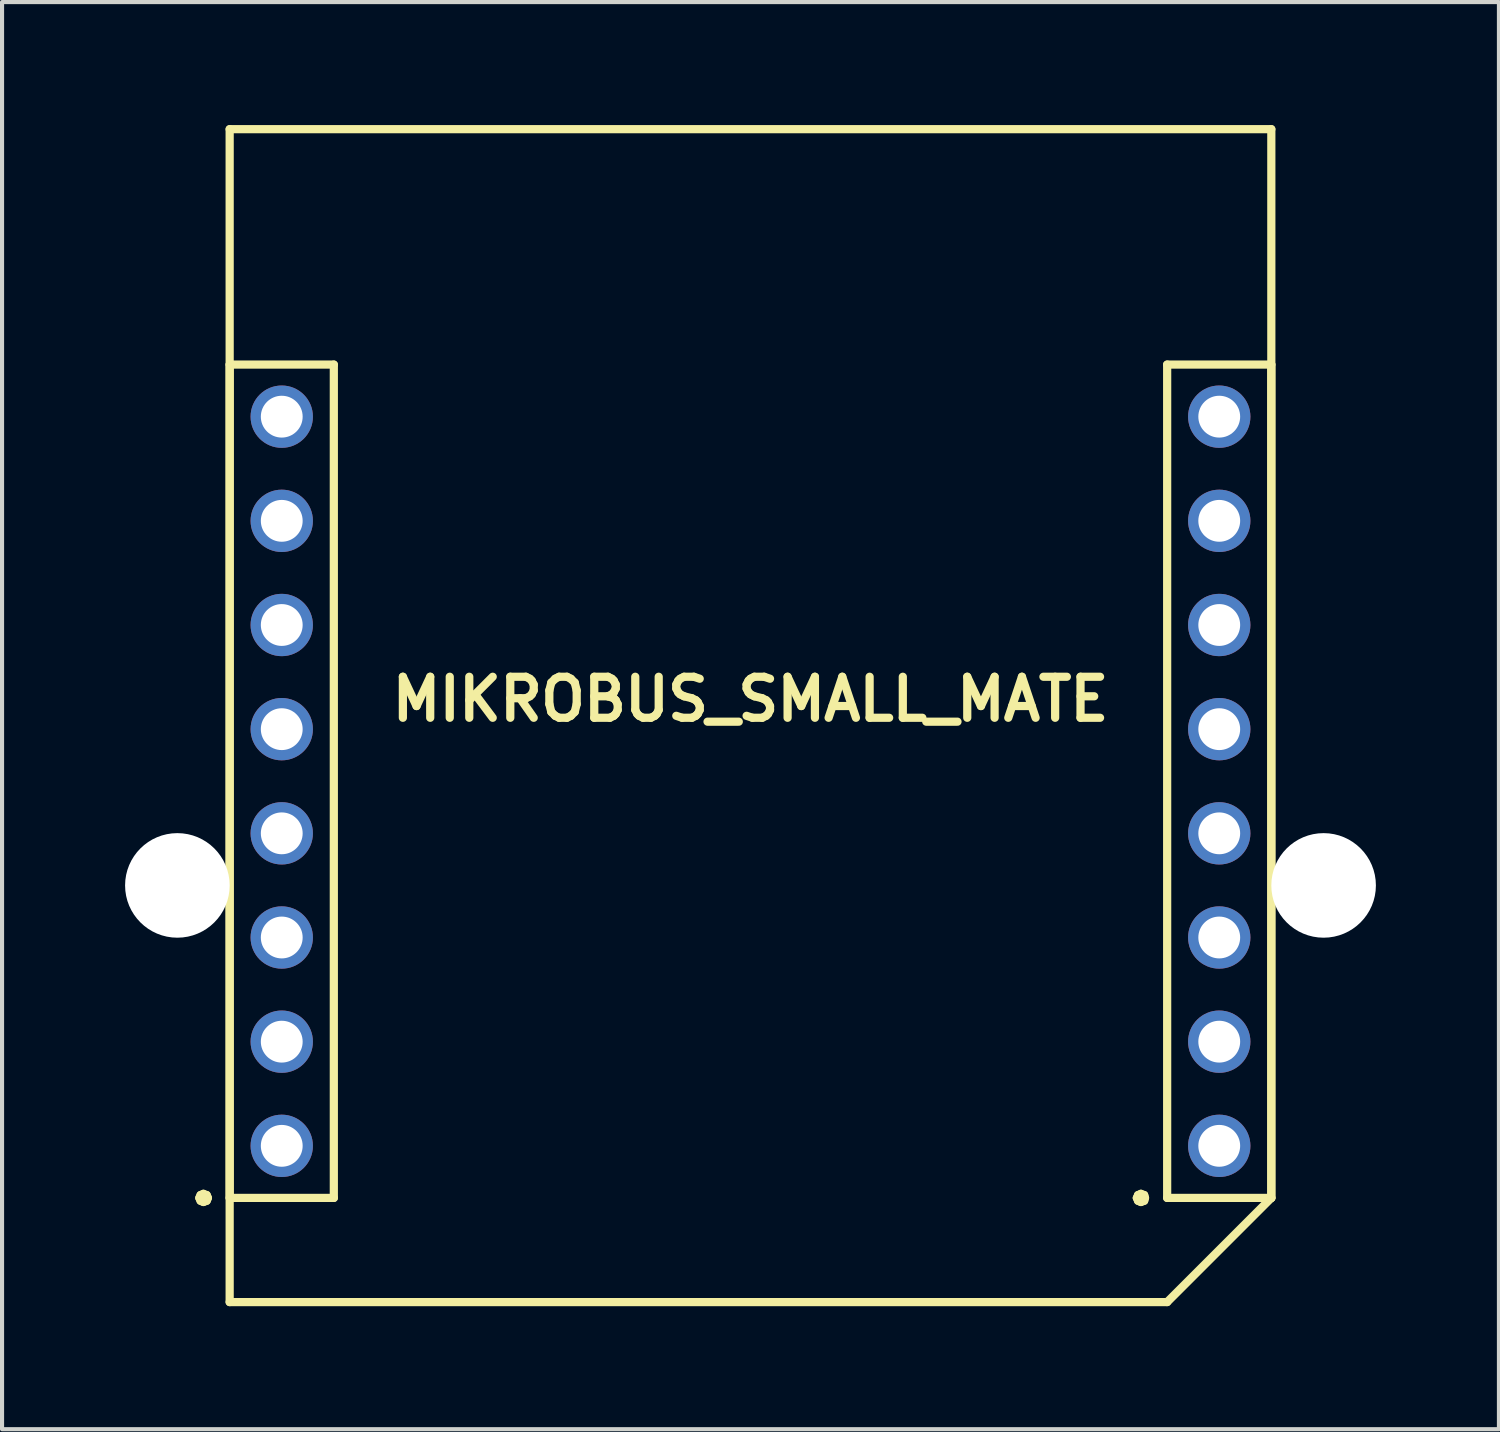
<source format=kicad_pcb>
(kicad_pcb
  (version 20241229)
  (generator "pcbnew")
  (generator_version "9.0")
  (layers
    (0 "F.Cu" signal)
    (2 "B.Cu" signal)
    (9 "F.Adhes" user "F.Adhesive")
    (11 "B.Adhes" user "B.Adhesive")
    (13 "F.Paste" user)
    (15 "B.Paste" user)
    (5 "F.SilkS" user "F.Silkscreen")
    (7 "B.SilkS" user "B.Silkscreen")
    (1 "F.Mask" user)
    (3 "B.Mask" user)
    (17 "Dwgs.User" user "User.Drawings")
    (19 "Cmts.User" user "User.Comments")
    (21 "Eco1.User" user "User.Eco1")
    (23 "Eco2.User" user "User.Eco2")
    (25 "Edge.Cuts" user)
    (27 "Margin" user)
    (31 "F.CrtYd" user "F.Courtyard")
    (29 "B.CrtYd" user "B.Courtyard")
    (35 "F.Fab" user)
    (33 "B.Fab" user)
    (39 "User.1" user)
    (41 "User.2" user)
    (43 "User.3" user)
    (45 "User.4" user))
  (footprint "MIKROBUS_SMALL_MATE"
    (layer "F.Cu")
    (at 15.25 16)
    (property "Reference" "MIKROBUS_SMALL_MATE" (at 0 -2 0) (layer "F.SilkS") (effects (font (size 1 1) (thickness 0.2))))
    (attr through_hole)
    (fp_line (start -13.44 10.16) (end -13.41 10.23) (stroke (width 0.2) (type solid)) (layer "F.SilkS"))
    (fp_line (start -13.41 10.09) (end -13.44 10.16) (stroke (width 0.2) (type solid)) (layer "F.SilkS"))
    (fp_line (start -13.41 10.23) (end -13.34 10.26) (stroke (width 0.2) (type solid)) (layer "F.SilkS"))
    (fp_line (start -13.34 10.06) (end -13.41 10.09) (stroke (width 0.2) (type solid)) (layer "F.SilkS"))
    (fp_line (start -13.34 10.26) (end -13.26 10.23) (stroke (width 0.2) (type solid)) (layer "F.SilkS"))
    (fp_line (start -13.26 10.09) (end -13.34 10.06) (stroke (width 0.2) (type solid)) (layer "F.SilkS"))
    (fp_line (start -13.26 10.23) (end -13.23 10.16) (stroke (width 0.2) (type solid)) (layer "F.SilkS"))
    (fp_line (start -13.23 10.16) (end -13.26 10.09) (stroke (width 0.2) (type solid)) (layer "F.SilkS"))
    (fp_line (start -12.7 -15.9) (end -12.7 12.7) (stroke (width 0.2) (type solid)) (layer "F.SilkS"))
    (fp_line (start -12.7 -10.16) (end -12.7 10.16) (stroke (width 0.2) (type solid)) (layer "F.SilkS"))
    (fp_line (start -12.7 10.16) (end -10.16 10.16) (stroke (width 0.2) (type solid)) (layer "F.SilkS"))
    (fp_line (start -12.7 12.7) (end 10.16 12.7) (stroke (width 0.2) (type solid)) (layer "F.SilkS"))
    (fp_line (start -10.16 -10.16) (end -12.7 -10.16) (stroke (width 0.2) (type solid)) (layer "F.SilkS"))
    (fp_line (start -10.16 10.16) (end -10.16 -10.16) (stroke (width 0.2) (type solid)) (layer "F.SilkS"))
    (fp_line (start 9.42 10.16) (end 9.45 10.23) (stroke (width 0.2) (type solid)) (layer "F.SilkS"))
    (fp_line (start 9.45 10.09) (end 9.42 10.16) (stroke (width 0.2) (type solid)) (layer "F.SilkS"))
    (fp_line (start 9.45 10.23) (end 9.52 10.26) (stroke (width 0.2) (type solid)) (layer "F.SilkS"))
    (fp_line (start 9.52 10.06) (end 9.45 10.09) (stroke (width 0.2) (type solid)) (layer "F.SilkS"))
    (fp_line (start 9.52 10.26) (end 9.6 10.23) (stroke (width 0.2) (type solid)) (layer "F.SilkS"))
    (fp_line (start 9.6 10.09) (end 9.52 10.06) (stroke (width 0.2) (type solid)) (layer "F.SilkS"))
    (fp_line (start 9.6 10.23) (end 9.62 10.16) (stroke (width 0.2) (type solid)) (layer "F.SilkS"))
    (fp_line (start 9.62 10.16) (end 9.6 10.09) (stroke (width 0.2) (type solid)) (layer "F.SilkS"))
    (fp_line (start 10.16 -10.16) (end 10.16 10.16) (stroke (width 0.2) (type solid)) (layer "F.SilkS"))
    (fp_line (start 10.16 10.16) (end 12.7 10.16) (stroke (width 0.2) (type solid)) (layer "F.SilkS"))
    (fp_line (start 10.16 12.7) (end 12.7 10.16) (stroke (width 0.2) (type solid)) (layer "F.SilkS"))
    (fp_line (start 12.7 -15.9) (end -12.7 -15.9) (stroke (width 0.2) (type solid)) (layer "F.SilkS"))
    (fp_line (start 12.7 -10.16) (end 10.16 -10.16) (stroke (width 0.2) (type solid)) (layer "F.SilkS"))
    (fp_line (start 12.7 10.16) (end 12.7 -15.9) (stroke (width 0.2) (type solid)) (layer "F.SilkS"))
    (fp_line (start 12.7 10.16) (end 12.7 -10.16) (stroke (width 0.2) (type solid)) (layer "F.SilkS"))
    (pad "" np_thru_hole circle (at -13.975 2.54) (size 2.55 2.55) (drill 2.55) (layers "*.Cu" "*.Mask"))
    (pad "" np_thru_hole circle (at 13.975 2.54) (size 2.55 2.55) (drill 2.55) (layers "*.Cu" "*.Mask"))
    (pad "1" thru_hole circle (at 11.43 8.89) (size 1.52 1.52) (drill 1.02) (layers "*.Cu" "*.Mask"))
    (pad "2" thru_hole circle (at 11.43 6.35) (size 1.52 1.52) (drill 1.02) (layers "*.Cu" "*.Mask"))
    (pad "3" thru_hole circle (at 11.43 3.81) (size 1.52 1.52) (drill 1.02) (layers "*.Cu" "*.Mask"))
    (pad "4" thru_hole circle (at 11.43 1.27) (size 1.52 1.52) (drill 1.02) (layers "*.Cu" "*.Mask"))
    (pad "5" thru_hole circle (at 11.43 -1.27) (size 1.52 1.52) (drill 1.02) (layers "*.Cu" "*.Mask"))
    (pad "6" thru_hole circle (at 11.43 -3.81) (size 1.52 1.52) (drill 1.02) (layers "*.Cu" "*.Mask"))
    (pad "7" thru_hole circle (at 11.43 -6.35) (size 1.52 1.52) (drill 1.02) (layers "*.Cu" "*.Mask"))
    (pad "8" thru_hole circle (at 11.43 -8.89) (size 1.52 1.52) (drill 1.02) (layers "*.Cu" "*.Mask"))
    (pad "9" thru_hole circle (at -11.43 8.89) (size 1.52 1.52) (drill 1.02) (layers "*.Cu" "*.Mask"))
    (pad "10" thru_hole circle (at -11.43 6.35) (size 1.52 1.52) (drill 1.02) (layers "*.Cu" "*.Mask"))
    (pad "11" thru_hole circle (at -11.43 3.81) (size 1.52 1.52) (drill 1.02) (layers "*.Cu" "*.Mask"))
    (pad "12" thru_hole circle (at -11.43 1.27) (size 1.52 1.52) (drill 1.02) (layers "*.Cu" "*.Mask"))
    (pad "13" thru_hole circle (at -11.43 -1.27) (size 1.52 1.52) (drill 1.02) (layers "*.Cu" "*.Mask"))
    (pad "14" thru_hole circle (at -11.43 -3.81) (size 1.52 1.52) (drill 1.02) (layers "*.Cu" "*.Mask"))
    (pad "15" thru_hole circle (at -11.43 -6.35) (size 1.52 1.52) (drill 1.02) (layers "*.Cu" "*.Mask"))
    (pad "16" thru_hole circle (at -11.43 -8.89) (size 1.52 1.52) (drill 1.02) (layers "*.Cu" "*.Mask")))
  (gr_rect
    (start -3 -3)
    (end 33.5 31.8)
    (stroke (width 0.1) (type default))
    (fill no)
    (layer "Edge.Cuts")))
</source>
